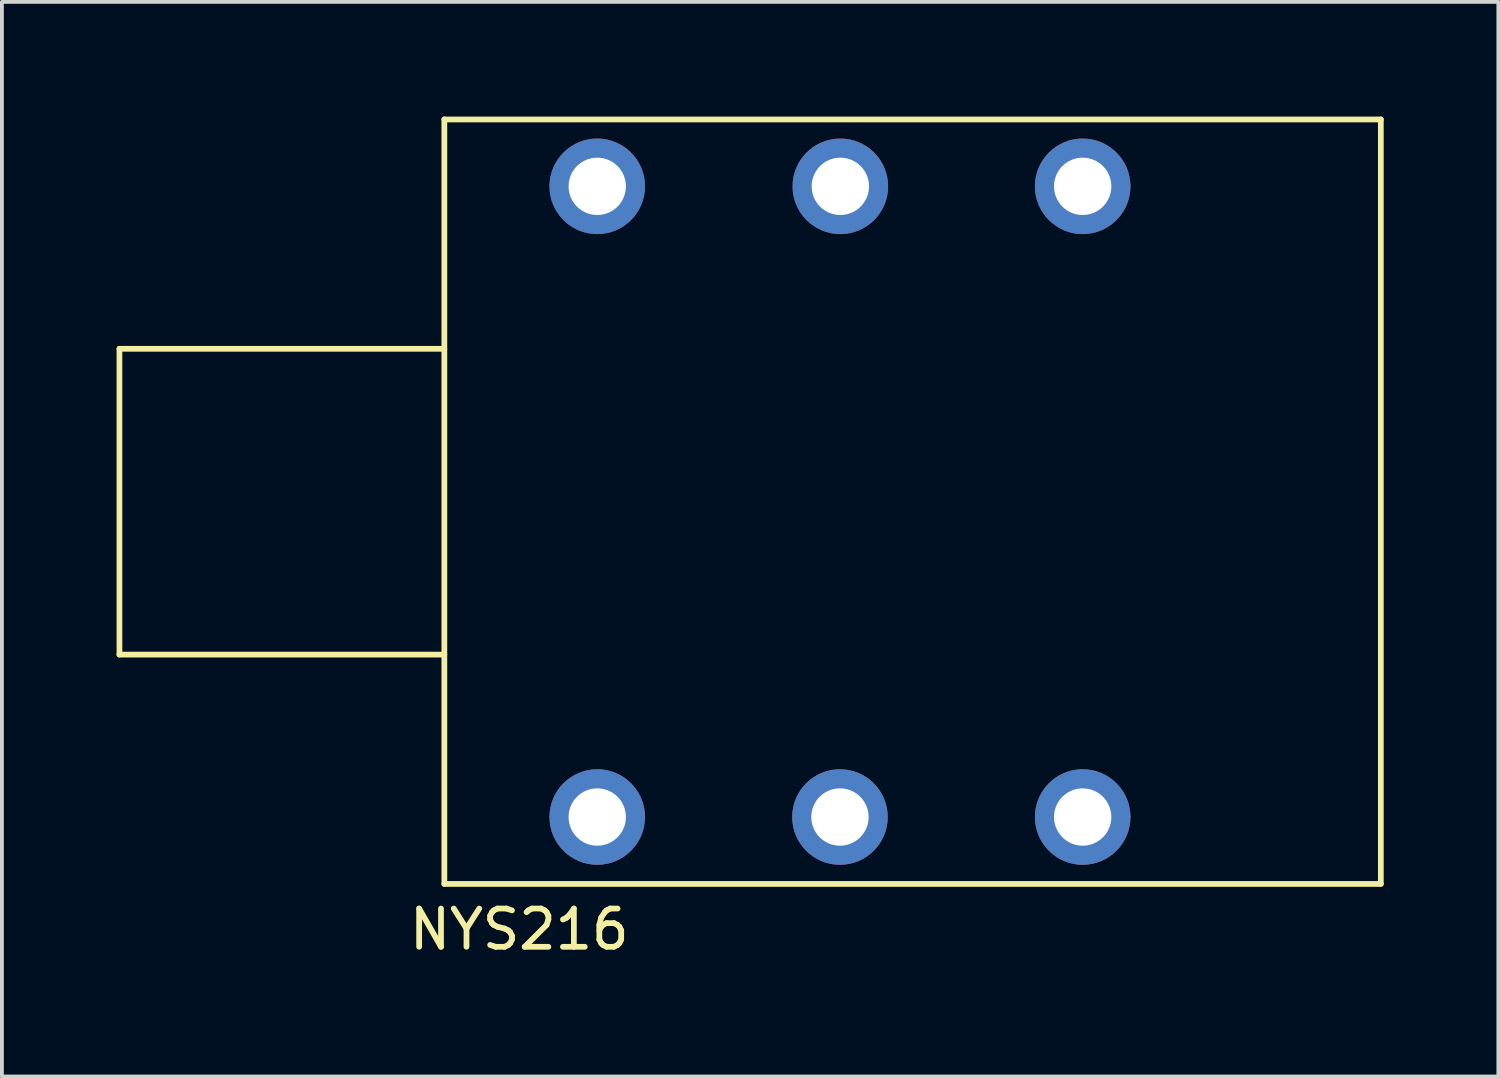
<source format=kicad_pcb>
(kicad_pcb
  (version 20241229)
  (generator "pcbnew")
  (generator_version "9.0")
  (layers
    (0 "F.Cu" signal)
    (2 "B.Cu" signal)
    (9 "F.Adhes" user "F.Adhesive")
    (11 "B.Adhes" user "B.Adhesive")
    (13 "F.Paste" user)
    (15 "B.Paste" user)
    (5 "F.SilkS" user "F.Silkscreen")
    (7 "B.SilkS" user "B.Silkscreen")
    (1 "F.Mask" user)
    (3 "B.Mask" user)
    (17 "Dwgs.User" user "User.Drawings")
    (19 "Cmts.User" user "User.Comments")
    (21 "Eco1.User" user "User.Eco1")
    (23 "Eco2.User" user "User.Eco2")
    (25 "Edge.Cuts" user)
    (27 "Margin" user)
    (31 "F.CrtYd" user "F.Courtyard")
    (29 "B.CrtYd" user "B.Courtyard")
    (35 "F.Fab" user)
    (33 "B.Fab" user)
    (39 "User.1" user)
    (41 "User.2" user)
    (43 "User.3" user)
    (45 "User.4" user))
  (footprint "NYS216"
    (layer "F.Cu")
    (at 12.575 10.075)
    (property "Reference" "NYS216" (at -2.04 11.19 0) (layer "F.SilkS") (effects (font (size 1 1) (thickness 0.15))))
    (attr through_hole)
    (fp_line (start -12.5 -4) (end -12.5 4) (stroke (width 0.15) (type solid)) (layer "F.SilkS"))
    (fp_line (start -12.5 4) (end -4 4) (stroke (width 0.15) (type solid)) (layer "F.SilkS"))
    (fp_line (start -4 -10) (end 20.5 -10) (stroke (width 0.15) (type solid)) (layer "F.SilkS"))
    (fp_line (start -4 -4) (end -12.5 -4) (stroke (width 0.15) (type solid)) (layer "F.SilkS"))
    (fp_line (start -4 10) (end -4 -10) (stroke (width 0.15) (type solid)) (layer "F.SilkS"))
    (fp_line (start 20.5 -10) (end 20.5 10) (stroke (width 0.15) (type solid)) (layer "F.SilkS"))
    (fp_line (start 20.5 10) (end -4 10) (stroke (width 0.15) (type solid)) (layer "F.SilkS"))
    (pad "1" thru_hole circle (at 0 8.25) (size 2.5 2.5) (drill 1.5) (layers "*.Cu" "*.Mask"))
    (pad "2" thru_hole circle (at 6.35 8.25) (size 2.5 2.5) (drill 1.5) (layers "*.Cu" "*.Mask"))
    (pad "3" thru_hole circle (at 12.7 8.25) (size 2.5 2.5) (drill 1.5) (layers "*.Cu" "*.Mask"))
    (pad "4" thru_hole circle (at 0 -8.25) (size 2.5 2.5) (drill 1.5) (layers "*.Cu" "*.Mask"))
    (pad "5" thru_hole circle (at 6.36 -8.25) (size 2.5 2.5) (drill 1.5) (layers "*.Cu" "*.Mask"))
    (pad "6" thru_hole circle (at 12.7 -8.25) (size 2.5 2.5) (drill 1.5) (layers "*.Cu" "*.Mask")))
  (gr_rect
    (start -3 -3)
    (end 36.15 25.113)
    (stroke (width 0.1) (type default))
    (fill no)
    (layer "Edge.Cuts")))
</source>
